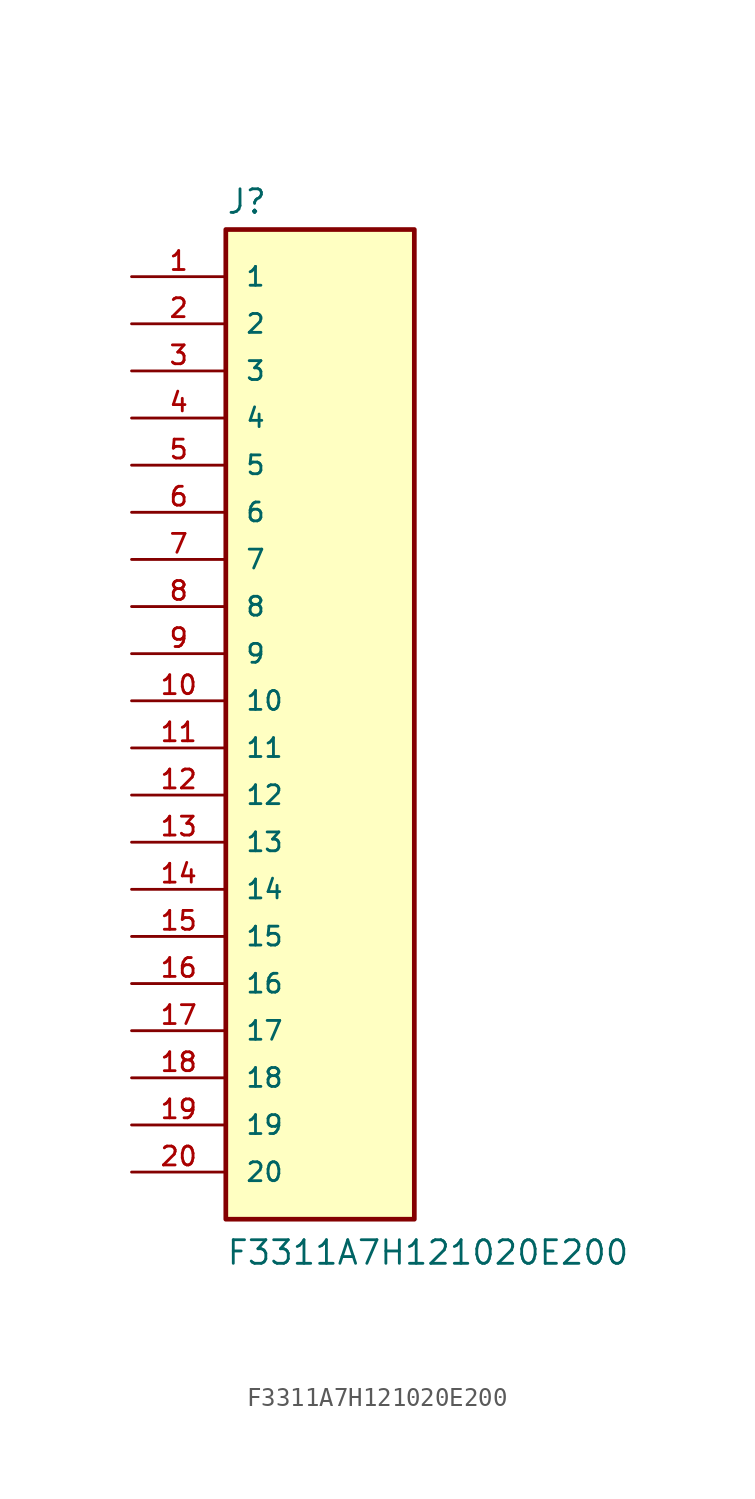
<source format=kicad_sym>
(kicad_symbol_lib
  (version 20211014)
  (generator kicad_symbol_editor)
  (symbol "F3311A7H121020E200"
    (pin_names
      (offset 1.016))
    (property "Reference" "J"
      (at -5.08 26.162 0)
      (effects (font (size 1.27 1.27)) (justify bottom left)))
    (property "Value" "F3311A7H121020E200"
      (at -5.08 -30.48 0)
      (effects (font (size 1.27 1.27)) (justify bottom left)))
    (symbol "F3311A7H121020E200_0_0"
      (rectangle (start -5.08 -27.94) (end 5.08 25.4) (stroke (width 0.254)) (fill (type background)))
      (pin passive line (at -10.16 22.86 0) (length 5.08) (name "1" (effects (font (size 1.016 1.016)))) (number "1" (effects (font (size 1.016 1.016)))))
      (pin passive line (at -10.16 20.32 0) (length 5.08) (name "2" (effects (font (size 1.016 1.016)))) (number "2" (effects (font (size 1.016 1.016)))))
      (pin passive line (at -10.16 17.78 0) (length 5.08) (name "3" (effects (font (size 1.016 1.016)))) (number "3" (effects (font (size 1.016 1.016)))))
      (pin passive line (at -10.16 15.24 0) (length 5.08) (name "4" (effects (font (size 1.016 1.016)))) (number "4" (effects (font (size 1.016 1.016)))))
      (pin passive line (at -10.16 12.7 0) (length 5.08) (name "5" (effects (font (size 1.016 1.016)))) (number "5" (effects (font (size 1.016 1.016)))))
      (pin passive line (at -10.16 10.16 0) (length 5.08) (name "6" (effects (font (size 1.016 1.016)))) (number "6" (effects (font (size 1.016 1.016)))))
      (pin passive line (at -10.16 7.62 0) (length 5.08) (name "7" (effects (font (size 1.016 1.016)))) (number "7" (effects (font (size 1.016 1.016)))))
      (pin passive line (at -10.16 5.08 0) (length 5.08) (name "8" (effects (font (size 1.016 1.016)))) (number "8" (effects (font (size 1.016 1.016)))))
      (pin passive line (at -10.16 2.54 0) (length 5.08) (name "9" (effects (font (size 1.016 1.016)))) (number "9" (effects (font (size 1.016 1.016)))))
      (pin passive line (at -10.16 0.0 0) (length 5.08) (name "10" (effects (font (size 1.016 1.016)))) (number "10" (effects (font (size 1.016 1.016)))))
      (pin passive line (at -10.16 -2.54 0) (length 5.08) (name "11" (effects (font (size 1.016 1.016)))) (number "11" (effects (font (size 1.016 1.016)))))
      (pin passive line (at -10.16 -5.08 0) (length 5.08) (name "12" (effects (font (size 1.016 1.016)))) (number "12" (effects (font (size 1.016 1.016)))))
      (pin passive line (at -10.16 -7.62 0) (length 5.08) (name "13" (effects (font (size 1.016 1.016)))) (number "13" (effects (font (size 1.016 1.016)))))
      (pin passive line (at -10.16 -10.16 0) (length 5.08) (name "14" (effects (font (size 1.016 1.016)))) (number "14" (effects (font (size 1.016 1.016)))))
      (pin passive line (at -10.16 -12.7 0) (length 5.08) (name "15" (effects (font (size 1.016 1.016)))) (number "15" (effects (font (size 1.016 1.016)))))
      (pin passive line (at -10.16 -15.24 0) (length 5.08) (name "16" (effects (font (size 1.016 1.016)))) (number "16" (effects (font (size 1.016 1.016)))))
      (pin passive line (at -10.16 -17.78 0) (length 5.08) (name "17" (effects (font (size 1.016 1.016)))) (number "17" (effects (font (size 1.016 1.016)))))
      (pin passive line (at -10.16 -20.32 0) (length 5.08) (name "18" (effects (font (size 1.016 1.016)))) (number "18" (effects (font (size 1.016 1.016)))))
      (pin passive line (at -10.16 -22.86 0) (length 5.08) (name "19" (effects (font (size 1.016 1.016)))) (number "19" (effects (font (size 1.016 1.016)))))
      (pin passive line (at -10.16 -25.4 0) (length 5.08) (name "20" (effects (font (size 1.016 1.016)))) (number "20" (effects (font (size 1.016 1.016))))))))
</source>
